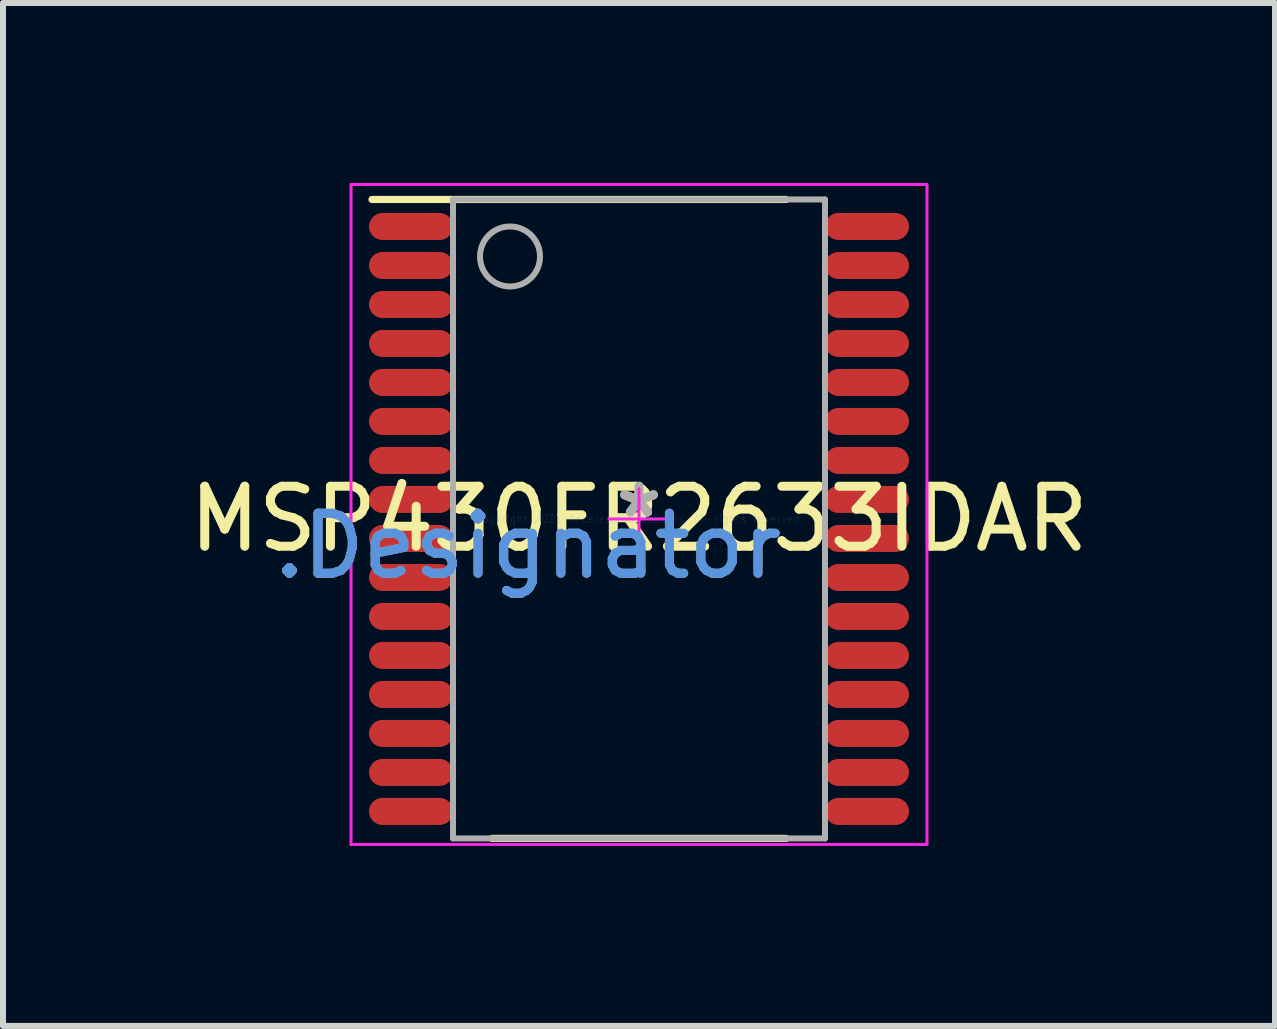
<source format=kicad_pcb>
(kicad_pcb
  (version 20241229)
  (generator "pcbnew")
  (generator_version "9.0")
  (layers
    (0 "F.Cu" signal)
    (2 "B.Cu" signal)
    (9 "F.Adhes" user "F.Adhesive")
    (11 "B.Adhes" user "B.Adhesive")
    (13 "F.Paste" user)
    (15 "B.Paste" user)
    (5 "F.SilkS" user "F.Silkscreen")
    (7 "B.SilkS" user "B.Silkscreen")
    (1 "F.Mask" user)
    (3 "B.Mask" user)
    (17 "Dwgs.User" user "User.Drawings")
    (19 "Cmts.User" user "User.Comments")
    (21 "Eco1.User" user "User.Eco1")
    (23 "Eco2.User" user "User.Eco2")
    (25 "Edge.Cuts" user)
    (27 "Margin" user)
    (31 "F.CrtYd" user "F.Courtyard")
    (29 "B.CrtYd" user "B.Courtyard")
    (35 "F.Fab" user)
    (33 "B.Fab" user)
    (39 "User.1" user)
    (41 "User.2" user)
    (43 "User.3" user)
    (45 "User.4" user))
  (footprint "MSP430FR2633IDAR"
    (layer "F.Cu")
    (at 7.601 5.6)
    (property "Reference" "MSP430FR2633IDAR" (at 0 0 0) (layer "F.SilkS") (effects (font (size 1 1) (thickness 0.15))))
    (attr through_hole)
    (fp_line (start -4.45 -5.325) (end 2.45 -5.325) (stroke (width 0.12) (type solid)) (layer "F.SilkS"))
    (fp_line (start -2.45 5.325) (end 2.45 5.325) (stroke (width 0.12) (type solid)) (layer "F.SilkS"))
    (fp_line (start -4.8 -5.575) (end 4.8 -5.575) (stroke (width 0.05) (type solid)) (layer "F.CrtYd"))
    (fp_line (start -4.8 5.425) (end -4.8 -5.575) (stroke (width 0.05) (type solid)) (layer "F.CrtYd"))
    (fp_line (start -4.8 5.425) (end 4.8 5.425) (stroke (width 0.05) (type solid)) (layer "F.CrtYd"))
    (fp_line (start -0.5 0) (end 0.5 0) (stroke (width 0.05) (type solid)) (layer "F.CrtYd"))
    (fp_line (start 0 0.5) (end 0 -0.5) (stroke (width 0.05) (type solid)) (layer "F.CrtYd"))
    (fp_line (start 4.8 5.425) (end 4.8 -5.575) (stroke (width 0.05) (type solid)) (layer "F.CrtYd"))
    (fp_line (start -3.1 -5.325) (end 3.1 -5.325) (stroke (width 0.1) (type solid)) (layer "F.Fab"))
    (fp_line (start -3.1 5.325) (end -3.1 -5.325) (stroke (width 0.1) (type solid)) (layer "F.Fab"))
    (fp_line (start -3.1 5.325) (end 3.1 5.325) (stroke (width 0.1) (type solid)) (layer "F.Fab"))
    (fp_line (start 3.1 5.325) (end 3.1 -5.325) (stroke (width 0.1) (type solid)) (layer "F.Fab"))
    (fp_circle (center -2.15 -4.375) (end -1.65 -4.375) (stroke (width 0.1) (type solid)) (fill no) (layer "F.Fab"))
    (fp_text user "*" (at 0 0 0) (layer "F.SilkS") (effects (font (size 1 1) (thickness 0.15))))
    (fp_text user ".Designator" (at -1.85 0.45 0) (layer "Cmts.User") (effects (font (size 1 1) (thickness 0.15))))
    (fp_text user "Copyright 2021 Accelerated Designs. All rights reserved." (at 0 0 0) (layer "Cmts.User") (effects (font (size 0.127 0.127) (thickness 0.002))))
    (fp_text user "*" (at 0 0 0) (layer "F.Fab") (effects (font (size 1 1) (thickness 0.15))))
    (fp_text user ".Designator" (at -1.85 0.45 0) (layer "F.Fab") (effects (font (size 1 1) (thickness 0.15))))
    (pad "1" smd oval (at -3.8 -4.875 90) (size 0.45 1.4) (layers "F.Cu" "F.Mask" "F.Paste"))
    (pad "2" smd oval (at -3.8 -4.225 90) (size 0.45 1.4) (layers "F.Cu" "F.Mask" "F.Paste"))
    (pad "3" smd oval (at -3.8 -3.575 90) (size 0.45 1.4) (layers "F.Cu" "F.Mask" "F.Paste"))
    (pad "4" smd oval (at -3.8 -2.925 90) (size 0.45 1.4) (layers "F.Cu" "F.Mask" "F.Paste"))
    (pad "5" smd oval (at -3.8 -2.275 90) (size 0.45 1.4) (layers "F.Cu" "F.Mask" "F.Paste"))
    (pad "6" smd oval (at -3.8 -1.625 90) (size 0.45 1.4) (layers "F.Cu" "F.Mask" "F.Paste"))
    (pad "7" smd oval (at -3.8 -0.975 90) (size 0.45 1.4) (layers "F.Cu" "F.Mask" "F.Paste"))
    (pad "8" smd oval (at -3.8 -0.325 90) (size 0.45 1.4) (layers "F.Cu" "F.Mask" "F.Paste"))
    (pad "9" smd oval (at -3.8 0.325 90) (size 0.45 1.4) (layers "F.Cu" "F.Mask" "F.Paste"))
    (pad "10" smd oval (at -3.8 0.975 90) (size 0.45 1.4) (layers "F.Cu" "F.Mask" "F.Paste"))
    (pad "11" smd oval (at -3.8 1.625 90) (size 0.45 1.4) (layers "F.Cu" "F.Mask" "F.Paste"))
    (pad "12" smd oval (at -3.8 2.275 90) (size 0.45 1.4) (layers "F.Cu" "F.Mask" "F.Paste"))
    (pad "13" smd oval (at -3.8 2.925 90) (size 0.45 1.4) (layers "F.Cu" "F.Mask" "F.Paste"))
    (pad "14" smd oval (at -3.8 3.575 90) (size 0.45 1.4) (layers "F.Cu" "F.Mask" "F.Paste"))
    (pad "15" smd oval (at -3.8 4.225 90) (size 0.45 1.4) (layers "F.Cu" "F.Mask" "F.Paste"))
    (pad "16" smd oval (at -3.8 4.875 90) (size 0.45 1.4) (layers "F.Cu" "F.Mask" "F.Paste"))
    (pad "17" smd oval (at 3.8 4.875 90) (size 0.45 1.4) (layers "F.Cu" "F.Mask" "F.Paste"))
    (pad "18" smd oval (at 3.8 4.225 90) (size 0.45 1.4) (layers "F.Cu" "F.Mask" "F.Paste"))
    (pad "19" smd oval (at 3.8 3.575 90) (size 0.45 1.4) (layers "F.Cu" "F.Mask" "F.Paste"))
    (pad "20" smd oval (at 3.8 2.925 90) (size 0.45 1.4) (layers "F.Cu" "F.Mask" "F.Paste"))
    (pad "21" smd oval (at 3.8 2.275 90) (size 0.45 1.4) (layers "F.Cu" "F.Mask" "F.Paste"))
    (pad "22" smd oval (at 3.8 1.625 90) (size 0.45 1.4) (layers "F.Cu" "F.Mask" "F.Paste"))
    (pad "23" smd oval (at 3.8 0.975 90) (size 0.45 1.4) (layers "F.Cu" "F.Mask" "F.Paste"))
    (pad "24" smd oval (at 3.8 0.325 90) (size 0.45 1.4) (layers "F.Cu" "F.Mask" "F.Paste"))
    (pad "25" smd oval (at 3.8 -0.325 90) (size 0.45 1.4) (layers "F.Cu" "F.Mask" "F.Paste"))
    (pad "26" smd oval (at 3.8 -0.975 90) (size 0.45 1.4) (layers "F.Cu" "F.Mask" "F.Paste"))
    (pad "27" smd oval (at 3.8 -1.625 90) (size 0.45 1.4) (layers "F.Cu" "F.Mask" "F.Paste"))
    (pad "28" smd oval (at 3.8 -2.275 90) (size 0.45 1.4) (layers "F.Cu" "F.Mask" "F.Paste"))
    (pad "29" smd oval (at 3.8 -2.925 90) (size 0.45 1.4) (layers "F.Cu" "F.Mask" "F.Paste"))
    (pad "30" smd oval (at 3.8 -3.575 90) (size 0.45 1.4) (layers "F.Cu" "F.Mask" "F.Paste"))
    (pad "31" smd oval (at 3.8 -4.225 90) (size 0.45 1.4) (layers "F.Cu" "F.Mask" "F.Paste"))
    (pad "32" smd oval (at 3.8 -4.875 90) (size 0.45 1.4) (layers "F.Cu" "F.Mask" "F.Paste")))
  (gr_rect
    (start -3 -3)
    (end 18.202 14.05)
    (stroke (width 0.1) (type default))
    (fill no)
    (layer "Edge.Cuts")))
</source>
